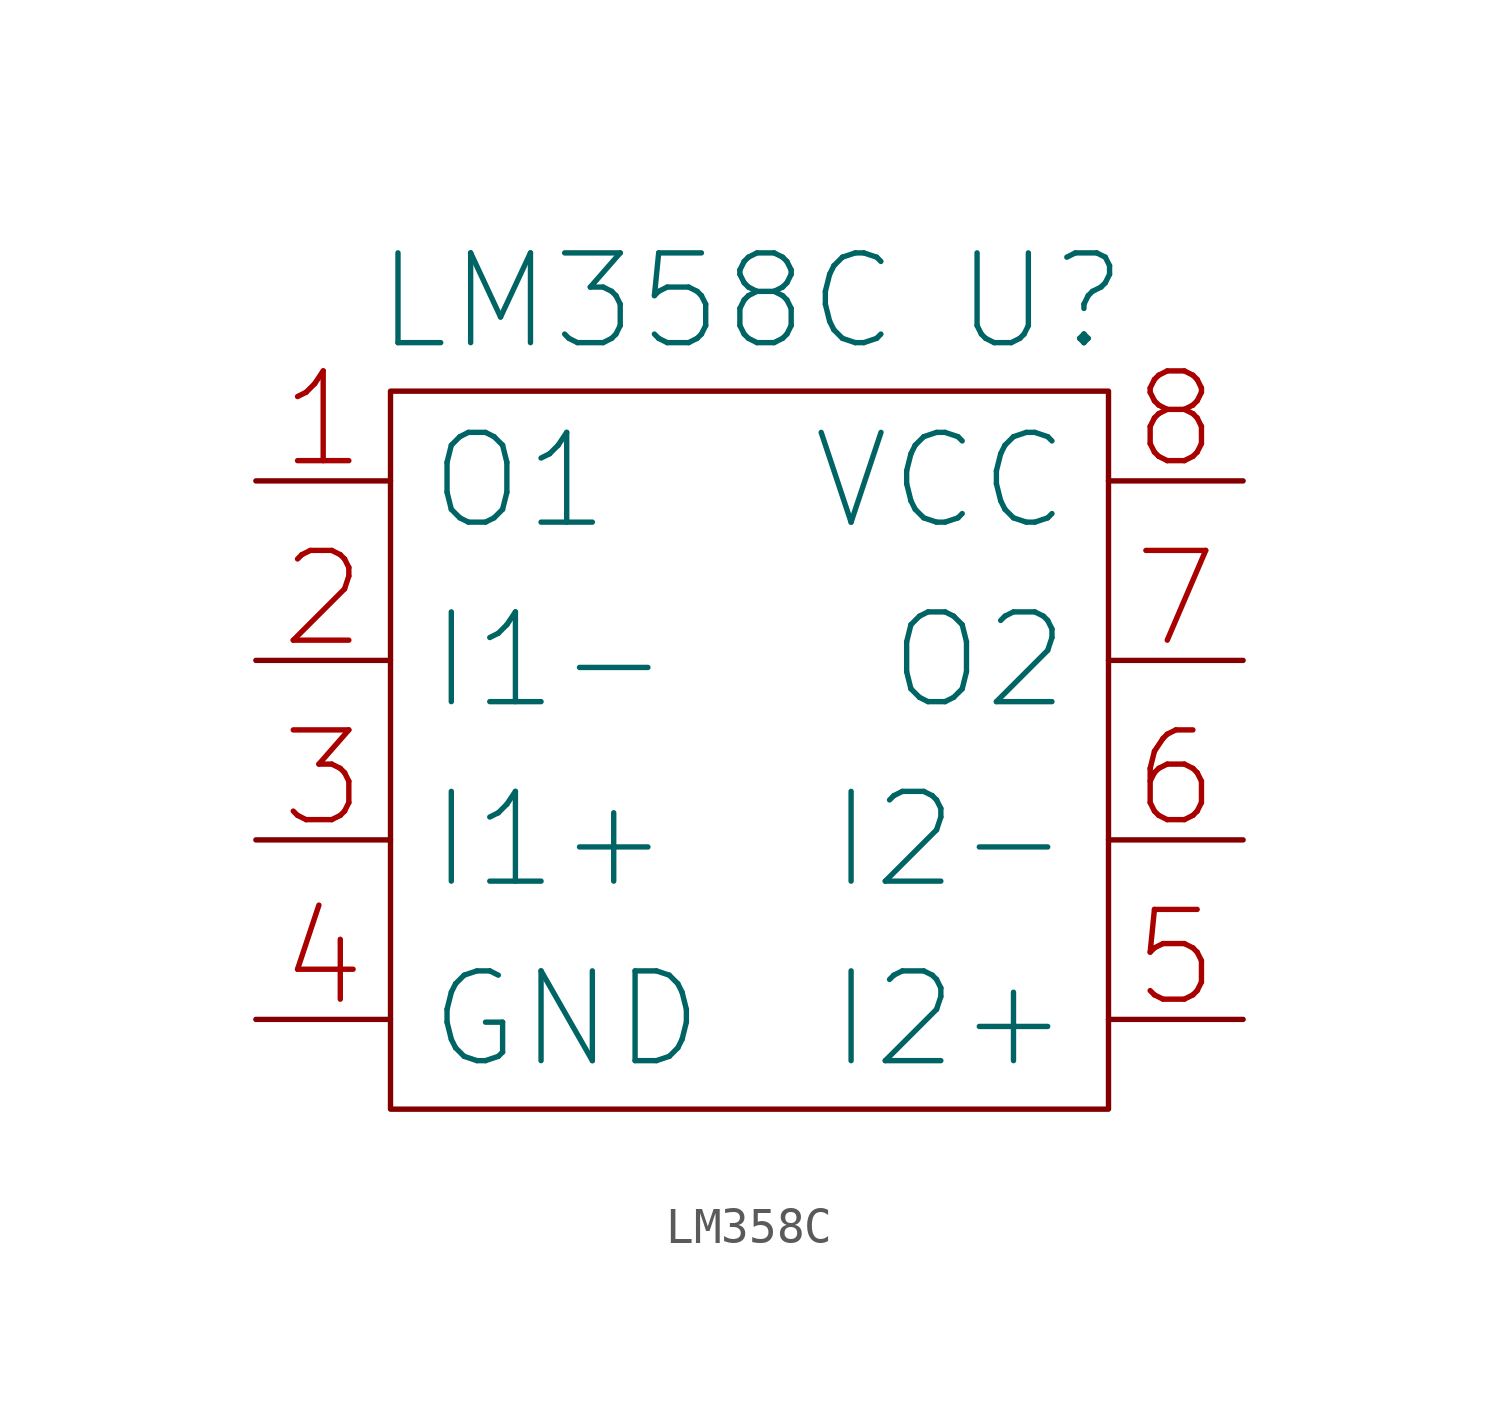
<source format=kicad_sym>
(kicad_symbol_lib
  (version 20220914)
  (generator kicad_symbol_editor)
  (symbol "LM358C"
    (pin_names
      (offset 1.016))
    (property "Reference" "U"
      (at 22.225 5.08 0)
      (effects (font (size 2.54 2.54))))
    (property "Value" "LM358C"
      (at 10.795 5.08 0)
      (effects (font (size 2.54 2.54))))
    (symbol "LM358C_0_1"
      (rectangle (start 3.81 2.54) (end 24.13 -17.78) (stroke (width 0) (type default)) (fill (type none))))
    (symbol "LM358C_1_1"
      (pin input line (at 0 0 0) (length 3.81) (name "O1" (effects (font (size 2.54 2.54)))) (number "1" (effects (font (size 2.54 2.54)))))
      (pin input line (at 0 -5.08 0) (length 3.81) (name "I1-" (effects (font (size 2.54 2.54)))) (number "2" (effects (font (size 2.54 2.54)))))
      (pin input line (at 0 -10.16 0) (length 3.81) (name "I1+" (effects (font (size 2.54 2.54)))) (number "3" (effects (font (size 2.54 2.54)))))
      (pin input line (at 0 -15.24 0) (length 3.81) (name "GND" (effects (font (size 2.54 2.54)))) (number "4" (effects (font (size 2.54 2.54)))))
      (pin input line (at 27.94 -15.24 180) (length 3.81) (name "I2+" (effects (font (size 2.54 2.54)))) (number "5" (effects (font (size 2.54 2.54)))))
      (pin input line (at 27.94 -10.16 180) (length 3.81) (name "I2-" (effects (font (size 2.54 2.54)))) (number "6" (effects (font (size 2.54 2.54)))))
      (pin input line (at 27.94 -5.08 180) (length 3.81) (name "O2" (effects (font (size 2.54 2.54)))) (number "7" (effects (font (size 2.54 2.54)))))
      (pin input line (at 27.94 0 180) (length 3.81) (name "VCC" (effects (font (size 2.54 2.54)))) (number "8" (effects (font (size 2.54 2.54))))))))
</source>
